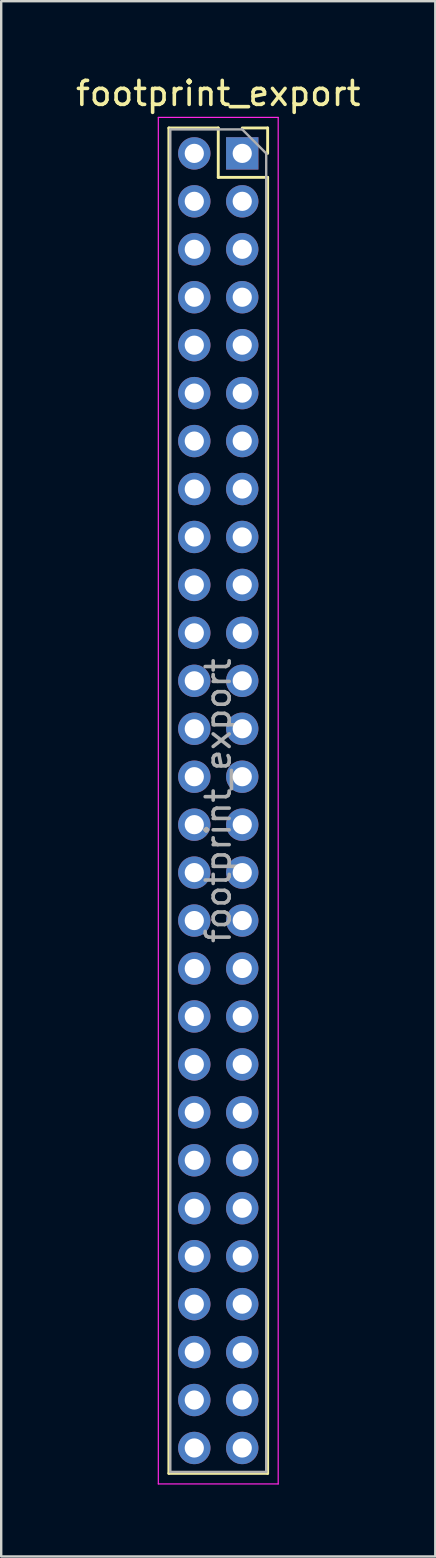
<source format=kicad_pcb>
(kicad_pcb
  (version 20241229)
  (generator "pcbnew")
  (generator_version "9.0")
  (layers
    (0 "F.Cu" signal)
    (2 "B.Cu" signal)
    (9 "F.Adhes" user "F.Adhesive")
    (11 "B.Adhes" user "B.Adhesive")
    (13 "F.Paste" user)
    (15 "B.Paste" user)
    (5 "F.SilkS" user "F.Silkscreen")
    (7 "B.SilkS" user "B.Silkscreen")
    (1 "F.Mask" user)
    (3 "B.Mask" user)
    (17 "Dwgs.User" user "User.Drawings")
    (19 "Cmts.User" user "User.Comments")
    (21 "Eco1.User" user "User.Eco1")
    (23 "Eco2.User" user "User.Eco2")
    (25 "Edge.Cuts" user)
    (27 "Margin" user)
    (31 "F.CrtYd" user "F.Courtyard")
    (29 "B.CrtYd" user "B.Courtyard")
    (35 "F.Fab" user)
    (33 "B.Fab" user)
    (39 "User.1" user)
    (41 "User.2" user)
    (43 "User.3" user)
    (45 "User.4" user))
  (footprint "footprint_export"
    (layer "F.Cu")
    (at 7.054 3.348)
    (property "Reference" "footprint_export" (at -1 -2.5 0) (layer "F.SilkS") (effects (font (size 1 1) (thickness 0.15))))
    (attr through_hole)
    (fp_line (start -3.06 -1.06) (end -3.06 55.06) (stroke (width 0.12) (type solid)) (layer "F.SilkS"))
    (fp_line (start -3.06 -1.06) (end -1 -1.06) (stroke (width 0.12) (type solid)) (layer "F.SilkS"))
    (fp_line (start -3.06 55.06) (end 1.06 55.06) (stroke (width 0.12) (type solid)) (layer "F.SilkS"))
    (fp_line (start -1 -1.06) (end -1 1) (stroke (width 0.12) (type solid)) (layer "F.SilkS"))
    (fp_line (start -1 1) (end 1.06 1) (stroke (width 0.12) (type solid)) (layer "F.SilkS"))
    (fp_line (start 0 -1.06) (end 1.06 -1.06) (stroke (width 0.12) (type solid)) (layer "F.SilkS"))
    (fp_line (start 1.06 -1.06) (end 1.06 0) (stroke (width 0.12) (type solid)) (layer "F.SilkS"))
    (fp_line (start 1.06 1) (end 1.06 55.06) (stroke (width 0.12) (type solid)) (layer "F.SilkS"))
    (fp_line (start -3.5 -1.5) (end 1.5 -1.5) (stroke (width 0.05) (type solid)) (layer "F.CrtYd"))
    (fp_line (start -3.5 55.5) (end -3.5 -1.5) (stroke (width 0.05) (type solid)) (layer "F.CrtYd"))
    (fp_line (start 1.5 -1.5) (end 1.5 55.5) (stroke (width 0.05) (type solid)) (layer "F.CrtYd"))
    (fp_line (start 1.5 55.5) (end -3.5 55.5) (stroke (width 0.05) (type solid)) (layer "F.CrtYd"))
    (fp_line (start -3 -1) (end 0 -1) (stroke (width 0.1) (type solid)) (layer "F.Fab"))
    (fp_line (start -3 55) (end -3 -1) (stroke (width 0.1) (type solid)) (layer "F.Fab"))
    (fp_line (start 0 -1) (end 1 0) (stroke (width 0.1) (type solid)) (layer "F.Fab"))
    (fp_line (start 1 0) (end 1 55) (stroke (width 0.1) (type solid)) (layer "F.Fab"))
    (fp_line (start 1 55) (end -3 55) (stroke (width 0.1) (type solid)) (layer "F.Fab"))
    (fp_text user "${REFERENCE}" (at -1 27 90) (layer "F.Fab") (effects (font (size 1 1) (thickness 0.15))))
    (pad "1" thru_hole rect (at 0 0) (size 1.35 1.35) (drill 0.8) (layers "*.Cu" "*.Mask"))
    (pad "2" thru_hole oval (at -2 0) (size 1.35 1.35) (drill 0.8) (layers "*.Cu" "*.Mask"))
    (pad "3" thru_hole oval (at 0 2) (size 1.35 1.35) (drill 0.8) (layers "*.Cu" "*.Mask"))
    (pad "4" thru_hole oval (at -2 2) (size 1.35 1.35) (drill 0.8) (layers "*.Cu" "*.Mask"))
    (pad "5" thru_hole oval (at 0 4) (size 1.35 1.35) (drill 0.8) (layers "*.Cu" "*.Mask"))
    (pad "6" thru_hole oval (at -2 4) (size 1.35 1.35) (drill 0.8) (layers "*.Cu" "*.Mask"))
    (pad "7" thru_hole oval (at 0 6) (size 1.35 1.35) (drill 0.8) (layers "*.Cu" "*.Mask"))
    (pad "8" thru_hole oval (at -2 6) (size 1.35 1.35) (drill 0.8) (layers "*.Cu" "*.Mask"))
    (pad "9" thru_hole oval (at 0 8) (size 1.35 1.35) (drill 0.8) (layers "*.Cu" "*.Mask"))
    (pad "10" thru_hole oval (at -2 8) (size 1.35 1.35) (drill 0.8) (layers "*.Cu" "*.Mask"))
    (pad "11" thru_hole oval (at 0 10) (size 1.35 1.35) (drill 0.8) (layers "*.Cu" "*.Mask"))
    (pad "12" thru_hole oval (at -2 10) (size 1.35 1.35) (drill 0.8) (layers "*.Cu" "*.Mask"))
    (pad "13" thru_hole oval (at 0 12) (size 1.35 1.35) (drill 0.8) (layers "*.Cu" "*.Mask"))
    (pad "14" thru_hole oval (at -2 12) (size 1.35 1.35) (drill 0.8) (layers "*.Cu" "*.Mask"))
    (pad "15" thru_hole oval (at 0 14) (size 1.35 1.35) (drill 0.8) (layers "*.Cu" "*.Mask"))
    (pad "16" thru_hole oval (at -2 14) (size 1.35 1.35) (drill 0.8) (layers "*.Cu" "*.Mask"))
    (pad "17" thru_hole oval (at 0 16) (size 1.35 1.35) (drill 0.8) (layers "*.Cu" "*.Mask"))
    (pad "18" thru_hole oval (at -2 16) (size 1.35 1.35) (drill 0.8) (layers "*.Cu" "*.Mask"))
    (pad "19" thru_hole oval (at 0 18) (size 1.35 1.35) (drill 0.8) (layers "*.Cu" "*.Mask"))
    (pad "20" thru_hole oval (at -2 18) (size 1.35 1.35) (drill 0.8) (layers "*.Cu" "*.Mask"))
    (pad "21" thru_hole oval (at 0 20) (size 1.35 1.35) (drill 0.8) (layers "*.Cu" "*.Mask"))
    (pad "22" thru_hole oval (at -2 20) (size 1.35 1.35) (drill 0.8) (layers "*.Cu" "*.Mask"))
    (pad "23" thru_hole oval (at 0 22) (size 1.35 1.35) (drill 0.8) (layers "*.Cu" "*.Mask"))
    (pad "24" thru_hole oval (at -2 22) (size 1.35 1.35) (drill 0.8) (layers "*.Cu" "*.Mask"))
    (pad "25" thru_hole oval (at 0 24) (size 1.35 1.35) (drill 0.8) (layers "*.Cu" "*.Mask"))
    (pad "26" thru_hole oval (at -2 24) (size 1.35 1.35) (drill 0.8) (layers "*.Cu" "*.Mask"))
    (pad "27" thru_hole oval (at 0 26) (size 1.35 1.35) (drill 0.8) (layers "*.Cu" "*.Mask"))
    (pad "28" thru_hole oval (at -2 26) (size 1.35 1.35) (drill 0.8) (layers "*.Cu" "*.Mask"))
    (pad "29" thru_hole oval (at 0 28) (size 1.35 1.35) (drill 0.8) (layers "*.Cu" "*.Mask"))
    (pad "30" thru_hole oval (at -2 28) (size 1.35 1.35) (drill 0.8) (layers "*.Cu" "*.Mask"))
    (pad "31" thru_hole oval (at 0 30) (size 1.35 1.35) (drill 0.8) (layers "*.Cu" "*.Mask"))
    (pad "32" thru_hole oval (at -2 30) (size 1.35 1.35) (drill 0.8) (layers "*.Cu" "*.Mask"))
    (pad "33" thru_hole oval (at 0 32) (size 1.35 1.35) (drill 0.8) (layers "*.Cu" "*.Mask"))
    (pad "34" thru_hole oval (at -2 32) (size 1.35 1.35) (drill 0.8) (layers "*.Cu" "*.Mask"))
    (pad "35" thru_hole oval (at 0 34) (size 1.35 1.35) (drill 0.8) (layers "*.Cu" "*.Mask"))
    (pad "36" thru_hole oval (at -2 34) (size 1.35 1.35) (drill 0.8) (layers "*.Cu" "*.Mask"))
    (pad "37" thru_hole oval (at 0 36) (size 1.35 1.35) (drill 0.8) (layers "*.Cu" "*.Mask"))
    (pad "38" thru_hole oval (at -2 36) (size 1.35 1.35) (drill 0.8) (layers "*.Cu" "*.Mask"))
    (pad "39" thru_hole oval (at 0 38) (size 1.35 1.35) (drill 0.8) (layers "*.Cu" "*.Mask"))
    (pad "40" thru_hole oval (at -2 38) (size 1.35 1.35) (drill 0.8) (layers "*.Cu" "*.Mask"))
    (pad "41" thru_hole oval (at 0 40) (size 1.35 1.35) (drill 0.8) (layers "*.Cu" "*.Mask"))
    (pad "42" thru_hole oval (at -2 40) (size 1.35 1.35) (drill 0.8) (layers "*.Cu" "*.Mask"))
    (pad "43" thru_hole oval (at 0 42) (size 1.35 1.35) (drill 0.8) (layers "*.Cu" "*.Mask"))
    (pad "44" thru_hole oval (at -2 42) (size 1.35 1.35) (drill 0.8) (layers "*.Cu" "*.Mask"))
    (pad "45" thru_hole oval (at 0 44) (size 1.35 1.35) (drill 0.8) (layers "*.Cu" "*.Mask"))
    (pad "46" thru_hole oval (at -2 44) (size 1.35 1.35) (drill 0.8) (layers "*.Cu" "*.Mask"))
    (pad "47" thru_hole oval (at 0 46) (size 1.35 1.35) (drill 0.8) (layers "*.Cu" "*.Mask"))
    (pad "48" thru_hole oval (at -2 46) (size 1.35 1.35) (drill 0.8) (layers "*.Cu" "*.Mask"))
    (pad "49" thru_hole oval (at 0 48) (size 1.35 1.35) (drill 0.8) (layers "*.Cu" "*.Mask"))
    (pad "50" thru_hole oval (at -2 48) (size 1.35 1.35) (drill 0.8) (layers "*.Cu" "*.Mask"))
    (pad "51" thru_hole oval (at 0 50) (size 1.35 1.35) (drill 0.8) (layers "*.Cu" "*.Mask"))
    (pad "52" thru_hole oval (at -2 50) (size 1.35 1.35) (drill 0.8) (layers "*.Cu" "*.Mask"))
    (pad "53" thru_hole oval (at 0 52) (size 1.35 1.35) (drill 0.8) (layers "*.Cu" "*.Mask"))
    (pad "54" thru_hole oval (at -2 52) (size 1.35 1.35) (drill 0.8) (layers "*.Cu" "*.Mask"))
    (pad "55" thru_hole oval (at 0 54) (size 1.35 1.35) (drill 0.8) (layers "*.Cu" "*.Mask"))
    (pad "56" thru_hole oval (at -2 54) (size 1.35 1.35) (drill 0.8) (layers "*.Cu" "*.Mask")))
  (gr_rect
    (start -3 -3)
    (end 15.107 61.873)
    (stroke (width 0.1) (type default))
    (fill no)
    (layer "Edge.Cuts")))
</source>
